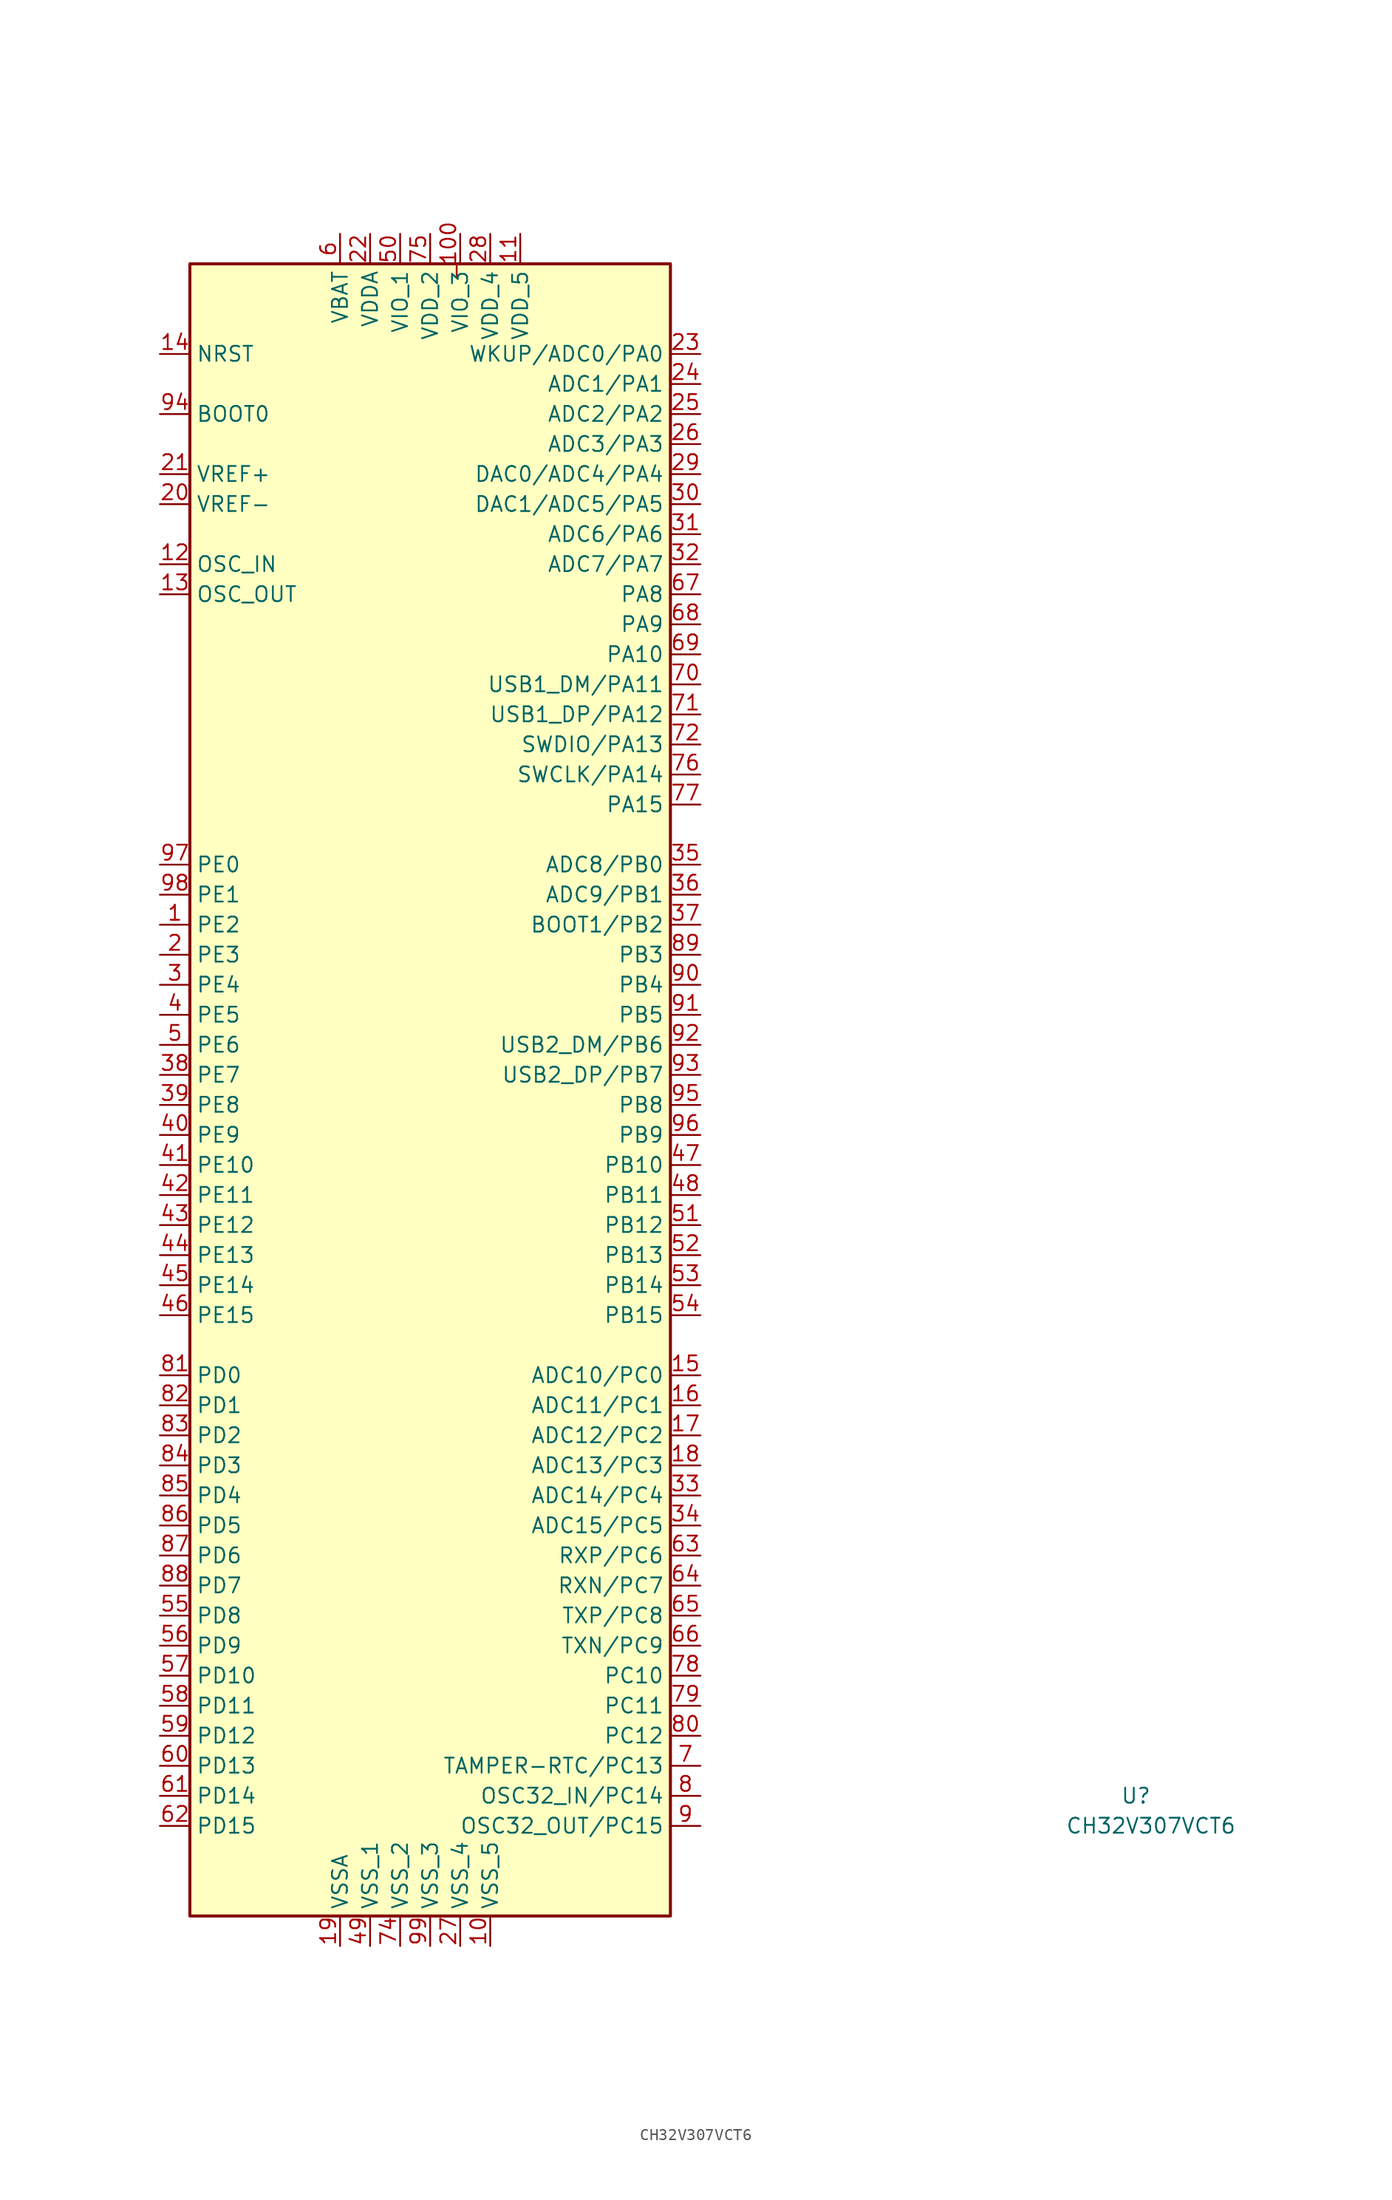
<source format=kicad_sym>
(kicad_symbol_lib
  (version 20231120)
  (generator "kicad_symbol_editor")
  (generator_version "8.0")
  (symbol "CH32V307VCT6"
    (property "Reference" "U"
      (at 57.15 -60.96 0)
      (effects (font (size 1.27 1.27))))
    (property "Value" "CH32V307VCT6"
      (at 58.42 -63.5 0)
      (effects (font (size 1.27 1.27))))
    (symbol "CH32V307VCT6_0_1"
      (rectangle (start -22.86 68.58) (end 17.78 -71.12) (stroke (width 0.254) (type default)) (fill (type background))))
    (symbol "CH32V307VCT6_1_1"
      (pin bidirectional line (at -25.4 12.7 0) (length 2.54) (name "PE2" (effects (font (size 1.27 1.27)))) (number "1" (effects (font (size 1.27 1.27)))))
      (pin power_in line (at 2.54 -73.66 90) (length 2.54) (name "VSS_5" (effects (font (size 1.27 1.27)))) (number "10" (effects (font (size 1.27 1.27)))))
      (pin power_in line (at 5.08 71.12 270) (length 2.54) (name "VDD_5" (effects (font (size 1.27 1.27)))) (number "11" (effects (font (size 1.27 1.27)))))
      (pin bidirectional line (at -25.4 43.18 0) (length 2.54) (name "OSC_IN" (effects (font (size 1.27 1.27)))) (number "12" (effects (font (size 1.27 1.27)))))
      (pin bidirectional line (at -25.4 40.64 0) (length 2.54) (name "OSC_OUT" (effects (font (size 1.27 1.27)))) (number "13" (effects (font (size 1.27 1.27)))))
      (pin bidirectional line (at -25.4 60.96 0) (length 2.54) (name "NRST" (effects (font (size 1.27 1.27)))) (number "14" (effects (font (size 1.27 1.27)))))
      (pin bidirectional line (at 20.32 -25.4 180) (length 2.54) (name "ADC10/PC0" (effects (font (size 1.27 1.27)))) (number "15" (effects (font (size 1.27 1.27)))))
      (pin bidirectional line (at 20.32 -27.94 180) (length 2.54) (name "ADC11/PC1" (effects (font (size 1.27 1.27)))) (number "16" (effects (font (size 1.27 1.27)))))
      (pin bidirectional line (at 20.32 -30.48 180) (length 2.54) (name "ADC12/PC2" (effects (font (size 1.27 1.27)))) (number "17" (effects (font (size 1.27 1.27)))))
      (pin bidirectional line (at 20.32 -33.02 180) (length 2.54) (name "ADC13/PC3" (effects (font (size 1.27 1.27)))) (number "18" (effects (font (size 1.27 1.27)))))
      (pin power_in line (at -10.16 -73.66 90) (length 2.54) (name "VSSA" (effects (font (size 1.27 1.27)))) (number "19" (effects (font (size 1.27 1.27)))))
      (pin bidirectional line (at -25.4 10.16 0) (length 2.54) (name "PE3" (effects (font (size 1.27 1.27)))) (number "2" (effects (font (size 1.27 1.27)))))
      (pin power_in line (at -25.4 48.26 0) (length 2.54) (name "VREF-" (effects (font (size 1.27 1.27)))) (number "20" (effects (font (size 1.27 1.27)))))
      (pin power_in line (at -25.4 50.8 0) (length 2.54) (name "VREF+" (effects (font (size 1.27 1.27)))) (number "21" (effects (font (size 1.27 1.27)))))
      (pin power_in line (at -7.62 71.12 270) (length 2.54) (name "VDDA" (effects (font (size 1.27 1.27)))) (number "22" (effects (font (size 1.27 1.27)))))
      (pin bidirectional line (at 20.32 60.96 180) (length 2.54) (name "WKUP/ADC0/PA0" (effects (font (size 1.27 1.27)))) (number "23" (effects (font (size 1.27 1.27)))))
      (pin bidirectional line (at 20.32 58.42 180) (length 2.54) (name "ADC1/PA1" (effects (font (size 1.27 1.27)))) (number "24" (effects (font (size 1.27 1.27)))))
      (pin bidirectional line (at 20.32 55.88 180) (length 2.54) (name "ADC2/PA2" (effects (font (size 1.27 1.27)))) (number "25" (effects (font (size 1.27 1.27)))))
      (pin bidirectional line (at 20.32 53.34 180) (length 2.54) (name "ADC3/PA3" (effects (font (size 1.27 1.27)))) (number "26" (effects (font (size 1.27 1.27)))))
      (pin power_in line (at 0 -73.66 90) (length 2.54) (name "VSS_4" (effects (font (size 1.27 1.27)))) (number "27" (effects (font (size 1.27 1.27)))))
      (pin power_in line (at 2.54 71.12 270) (length 2.54) (name "VDD_4" (effects (font (size 1.27 1.27)))) (number "28" (effects (font (size 1.27 1.27)))))
      (pin bidirectional line (at 20.32 50.8 180) (length 2.54) (name "DAC0/ADC4/PA4" (effects (font (size 1.27 1.27)))) (number "29" (effects (font (size 1.27 1.27)))))
      (pin bidirectional line (at -25.4 7.62 0) (length 2.54) (name "PE4" (effects (font (size 1.27 1.27)))) (number "3" (effects (font (size 1.27 1.27)))))
      (pin bidirectional line (at 20.32 48.26 180) (length 2.54) (name "DAC1/ADC5/PA5" (effects (font (size 1.27 1.27)))) (number "30" (effects (font (size 1.27 1.27)))))
      (pin bidirectional line (at 20.32 45.72 180) (length 2.54) (name "ADC6/PA6" (effects (font (size 1.27 1.27)))) (number "31" (effects (font (size 1.27 1.27)))))
      (pin bidirectional line (at 20.32 43.18 180) (length 2.54) (name "ADC7/PA7" (effects (font (size 1.27 1.27)))) (number "32" (effects (font (size 1.27 1.27)))))
      (pin bidirectional line (at 20.32 -35.56 180) (length 2.54) (name "ADC14/PC4" (effects (font (size 1.27 1.27)))) (number "33" (effects (font (size 1.27 1.27)))))
      (pin bidirectional line (at 20.32 -38.1 180) (length 2.54) (name "ADC15/PC5" (effects (font (size 1.27 1.27)))) (number "34" (effects (font (size 1.27 1.27)))))
      (pin bidirectional line (at 20.32 17.78 180) (length 2.54) (name "ADC8/PB0" (effects (font (size 1.27 1.27)))) (number "35" (effects (font (size 1.27 1.27)))))
      (pin bidirectional line (at 20.32 15.24 180) (length 2.54) (name "ADC9/PB1" (effects (font (size 1.27 1.27)))) (number "36" (effects (font (size 1.27 1.27)))))
      (pin bidirectional line (at 20.32 12.7 180) (length 2.54) (name "BOOT1/PB2" (effects (font (size 1.27 1.27)))) (number "37" (effects (font (size 1.27 1.27)))))
      (pin bidirectional line (at -25.4 0 0) (length 2.54) (name "PE7" (effects (font (size 1.27 1.27)))) (number "38" (effects (font (size 1.27 1.27)))))
      (pin bidirectional line (at -25.4 -2.54 0) (length 2.54) (name "PE8" (effects (font (size 1.27 1.27)))) (number "39" (effects (font (size 1.27 1.27)))))
      (pin bidirectional line (at -25.4 5.08 0) (length 2.54) (name "PE5" (effects (font (size 1.27 1.27)))) (number "4" (effects (font (size 1.27 1.27)))))
      (pin bidirectional line (at -25.4 -5.08 0) (length 2.54) (name "PE9" (effects (font (size 1.27 1.27)))) (number "40" (effects (font (size 1.27 1.27)))))
      (pin bidirectional line (at -25.4 -7.62 0) (length 2.54) (name "PE10" (effects (font (size 1.27 1.27)))) (number "41" (effects (font (size 1.27 1.27)))))
      (pin bidirectional line (at -25.4 -10.16 0) (length 2.54) (name "PE11" (effects (font (size 1.27 1.27)))) (number "42" (effects (font (size 1.27 1.27)))))
      (pin bidirectional line (at -25.4 -12.7 0) (length 2.54) (name "PE12" (effects (font (size 1.27 1.27)))) (number "43" (effects (font (size 1.27 1.27)))))
      (pin bidirectional line (at -25.4 -15.24 0) (length 2.54) (name "PE13" (effects (font (size 1.27 1.27)))) (number "44" (effects (font (size 1.27 1.27)))))
      (pin bidirectional line (at -25.4 -17.78 0) (length 2.54) (name "PE14" (effects (font (size 1.27 1.27)))) (number "45" (effects (font (size 1.27 1.27)))))
      (pin bidirectional line (at -25.4 -20.32 0) (length 2.54) (name "PE15" (effects (font (size 1.27 1.27)))) (number "46" (effects (font (size 1.27 1.27)))))
      (pin bidirectional line (at 20.32 -7.62 180) (length 2.54) (name "PB10" (effects (font (size 1.27 1.27)))) (number "47" (effects (font (size 1.27 1.27)))))
      (pin bidirectional line (at 20.32 -10.16 180) (length 2.54) (name "PB11" (effects (font (size 1.27 1.27)))) (number "48" (effects (font (size 1.27 1.27)))))
      (pin power_in line (at -7.62 -73.66 90) (length 2.54) (name "VSS_1" (effects (font (size 1.27 1.27)))) (number "49" (effects (font (size 1.27 1.27)))))
      (pin bidirectional line (at -25.4 2.54 0) (length 2.54) (name "PE6" (effects (font (size 1.27 1.27)))) (number "5" (effects (font (size 1.27 1.27)))))
      (pin power_in line (at -5.08 71.12 270) (length 2.54) (name "VIO_1" (effects (font (size 1.27 1.27)))) (number "50" (effects (font (size 1.27 1.27)))))
      (pin bidirectional line (at 20.32 -12.7 180) (length 2.54) (name "PB12" (effects (font (size 1.27 1.27)))) (number "51" (effects (font (size 1.27 1.27)))))
      (pin bidirectional line (at 20.32 -15.24 180) (length 2.54) (name "PB13" (effects (font (size 1.27 1.27)))) (number "52" (effects (font (size 1.27 1.27)))))
      (pin bidirectional line (at 20.32 -17.78 180) (length 2.54) (name "PB14" (effects (font (size 1.27 1.27)))) (number "53" (effects (font (size 1.27 1.27)))))
      (pin bidirectional line (at 20.32 -20.32 180) (length 2.54) (name "PB15" (effects (font (size 1.27 1.27)))) (number "54" (effects (font (size 1.27 1.27)))))
      (pin bidirectional line (at -25.4 -45.72 0) (length 2.54) (name "PD8" (effects (font (size 1.27 1.27)))) (number "55" (effects (font (size 1.27 1.27)))))
      (pin bidirectional line (at -25.4 -48.26 0) (length 2.54) (name "PD9" (effects (font (size 1.27 1.27)))) (number "56" (effects (font (size 1.27 1.27)))))
      (pin bidirectional line (at -25.4 -50.8 0) (length 2.54) (name "PD10" (effects (font (size 1.27 1.27)))) (number "57" (effects (font (size 1.27 1.27)))))
      (pin bidirectional line (at -25.4 -53.34 0) (length 2.54) (name "PD11" (effects (font (size 1.27 1.27)))) (number "58" (effects (font (size 1.27 1.27)))))
      (pin bidirectional line (at -25.4 -55.88 0) (length 2.54) (name "PD12" (effects (font (size 1.27 1.27)))) (number "59" (effects (font (size 1.27 1.27)))))
      (pin power_in line (at -10.16 71.12 270) (length 2.54) (name "VBAT" (effects (font (size 1.27 1.27)))) (number "6" (effects (font (size 1.27 1.27)))))
      (pin bidirectional line (at -25.4 -58.42 0) (length 2.54) (name "PD13" (effects (font (size 1.27 1.27)))) (number "60" (effects (font (size 1.27 1.27)))))
      (pin bidirectional line (at -25.4 -60.96 0) (length 2.54) (name "PD14" (effects (font (size 1.27 1.27)))) (number "61" (effects (font (size 1.27 1.27)))))
      (pin bidirectional line (at -25.4 -63.5 0) (length 2.54) (name "PD15" (effects (font (size 1.27 1.27)))) (number "62" (effects (font (size 1.27 1.27)))))
      (pin bidirectional line (at 20.32 -40.64 180) (length 2.54) (name "RXP/PC6" (effects (font (size 1.27 1.27)))) (number "63" (effects (font (size 1.27 1.27)))))
      (pin bidirectional line (at 20.32 -43.18 180) (length 2.54) (name "RXN/PC7" (effects (font (size 1.27 1.27)))) (number "64" (effects (font (size 1.27 1.27)))))
      (pin bidirectional line (at 20.32 -45.72 180) (length 2.54) (name "TXP/PC8" (effects (font (size 1.27 1.27)))) (number "65" (effects (font (size 1.27 1.27)))))
      (pin bidirectional line (at 20.32 -48.26 180) (length 2.54) (name "TXN/PC9" (effects (font (size 1.27 1.27)))) (number "66" (effects (font (size 1.27 1.27)))))
      (pin bidirectional line (at 20.32 40.64 180) (length 2.54) (name "PA8" (effects (font (size 1.27 1.27)))) (number "67" (effects (font (size 1.27 1.27)))))
      (pin bidirectional line (at 20.32 38.1 180) (length 2.54) (name "PA9" (effects (font (size 1.27 1.27)))) (number "68" (effects (font (size 1.27 1.27)))))
      (pin bidirectional line (at 20.32 35.56 180) (length 2.54) (name "PA10" (effects (font (size 1.27 1.27)))) (number "69" (effects (font (size 1.27 1.27)))))
      (pin bidirectional line (at 20.32 -58.42 180) (length 2.54) (name "TAMPER-RTC/PC13" (effects (font (size 1.27 1.27)))) (number "7" (effects (font (size 1.27 1.27)))))
      (pin bidirectional line (at 20.32 33.02 180) (length 2.54) (name "USB1_DM/PA11" (effects (font (size 1.27 1.27)))) (number "70" (effects (font (size 1.27 1.27)))))
      (pin bidirectional line (at 20.32 30.48 180) (length 2.54) (name "USB1_DP/PA12" (effects (font (size 1.27 1.27)))) (number "71" (effects (font (size 1.27 1.27)))))
      (pin bidirectional line (at 20.32 27.94 180) (length 2.54) (name "SWDIO/PA13" (effects (font (size 1.27 1.27)))) (number "72" (effects (font (size 1.27 1.27)))))
      (pin no_connect line (at -25.4 22.86 0) (length 2.54) hide (name "NC" (effects (font (size 1.27 1.27)))) (number "73" (effects (font (size 1.27 1.27)))))
      (pin power_in line (at -5.08 -73.66 90) (length 2.54) (name "VSS_2" (effects (font (size 1.27 1.27)))) (number "74" (effects (font (size 1.27 1.27)))))
      (pin power_in line (at -2.54 71.12 270) (length 2.54) (name "VDD_2" (effects (font (size 1.27 1.27)))) (number "75" (effects (font (size 1.27 1.27)))))
      (pin bidirectional line (at 20.32 25.4 180) (length 2.54) (name "SWCLK/PA14" (effects (font (size 1.27 1.27)))) (number "76" (effects (font (size 1.27 1.27)))))
      (pin bidirectional line (at 20.32 22.86 180) (length 2.54) (name "PA15" (effects (font (size 1.27 1.27)))) (number "77" (effects (font (size 1.27 1.27)))))
      (pin bidirectional line (at 20.32 -50.8 180) (length 2.54) (name "PC10" (effects (font (size 1.27 1.27)))) (number "78" (effects (font (size 1.27 1.27)))))
      (pin bidirectional line (at 20.32 -53.34 180) (length 2.54) (name "PC11" (effects (font (size 1.27 1.27)))) (number "79" (effects (font (size 1.27 1.27)))))
      (pin bidirectional line (at 20.32 -60.96 180) (length 2.54) (name "OSC32_IN/PC14" (effects (font (size 1.27 1.27)))) (number "8" (effects (font (size 1.27 1.27)))))
      (pin bidirectional line (at 20.32 -55.88 180) (length 2.54) (name "PC12" (effects (font (size 1.27 1.27)))) (number "80" (effects (font (size 1.27 1.27)))))
      (pin bidirectional line (at -25.4 -25.4 0) (length 2.54) (name "PD0" (effects (font (size 1.27 1.27)))) (number "81" (effects (font (size 1.27 1.27)))))
      (pin bidirectional line (at -25.4 -27.94 0) (length 2.54) (name "PD1" (effects (font (size 1.27 1.27)))) (number "82" (effects (font (size 1.27 1.27)))))
      (pin bidirectional line (at -25.4 -30.48 0) (length 2.54) (name "PD2" (effects (font (size 1.27 1.27)))) (number "83" (effects (font (size 1.27 1.27)))))
      (pin bidirectional line (at -25.4 -33.02 0) (length 2.54) (name "PD3" (effects (font (size 1.27 1.27)))) (number "84" (effects (font (size 1.27 1.27)))))
      (pin bidirectional line (at -25.4 -35.56 0) (length 2.54) (name "PD4" (effects (font (size 1.27 1.27)))) (number "85" (effects (font (size 1.27 1.27)))))
      (pin bidirectional line (at -25.4 -38.1 0) (length 2.54) (name "PD5" (effects (font (size 1.27 1.27)))) (number "86" (effects (font (size 1.27 1.27)))))
      (pin bidirectional line (at -25.4 -40.64 0) (length 2.54) (name "PD6" (effects (font (size 1.27 1.27)))) (number "87" (effects (font (size 1.27 1.27)))))
      (pin bidirectional line (at -25.4 -43.18 0) (length 2.54) (name "PD7" (effects (font (size 1.27 1.27)))) (number "88" (effects (font (size 1.27 1.27)))))
      (pin bidirectional line (at 20.32 10.16 180) (length 2.54) (name "PB3" (effects (font (size 1.27 1.27)))) (number "89" (effects (font (size 1.27 1.27)))))
      (pin bidirectional line (at 20.32 -63.5 180) (length 2.54) (name "OSC32_OUT/PC15" (effects (font (size 1.27 1.27)))) (number "9" (effects (font (size 1.27 1.27)))))
      (pin bidirectional line (at 20.32 7.62 180) (length 2.54) (name "PB4" (effects (font (size 1.27 1.27)))) (number "90" (effects (font (size 1.27 1.27)))))
      (pin bidirectional line (at 20.32 5.08 180) (length 2.54) (name "PB5" (effects (font (size 1.27 1.27)))) (number "91" (effects (font (size 1.27 1.27)))))
      (pin bidirectional line (at 20.32 2.54 180) (length 2.54) (name "USB2_DM/PB6" (effects (font (size 1.27 1.27)))) (number "92" (effects (font (size 1.27 1.27)))))
      (pin bidirectional line (at 20.32 0 180) (length 2.54) (name "USB2_DP/PB7" (effects (font (size 1.27 1.27)))) (number "93" (effects (font (size 1.27 1.27)))))
      (pin bidirectional line (at -25.4 55.88 0) (length 2.54) (name "BOOT0" (effects (font (size 1.27 1.27)))) (number "94" (effects (font (size 1.27 1.27)))))
      (pin bidirectional line (at 20.32 -2.54 180) (length 2.54) (name "PB8" (effects (font (size 1.27 1.27)))) (number "95" (effects (font (size 1.27 1.27)))))
      (pin bidirectional line (at 20.32 -5.08 180) (length 2.54) (name "PB9" (effects (font (size 1.27 1.27)))) (number "96" (effects (font (size 1.27 1.27)))))
      (pin bidirectional line (at -25.4 17.78 0) (length 2.54) (name "PE0" (effects (font (size 1.27 1.27)))) (number "97" (effects (font (size 1.27 1.27)))))
      (pin bidirectional line (at -25.4 15.24 0) (length 2.54) (name "PE1" (effects (font (size 1.27 1.27)))) (number "98" (effects (font (size 1.27 1.27)))))
      (pin power_in line (at -2.54 -73.66 90) (length 2.54) (name "VSS_3" (effects (font (size 1.27 1.27)))) (number "99" (effects (font (size 1.27 1.27)))))
      (pin power_in line (at 0 71.12 270) (length 2.54) (name "VIO_3" (effects (font (size 1.27 1.27)))) (number "_100" (effects (font (size 1.27 1.27))))))))
</source>
